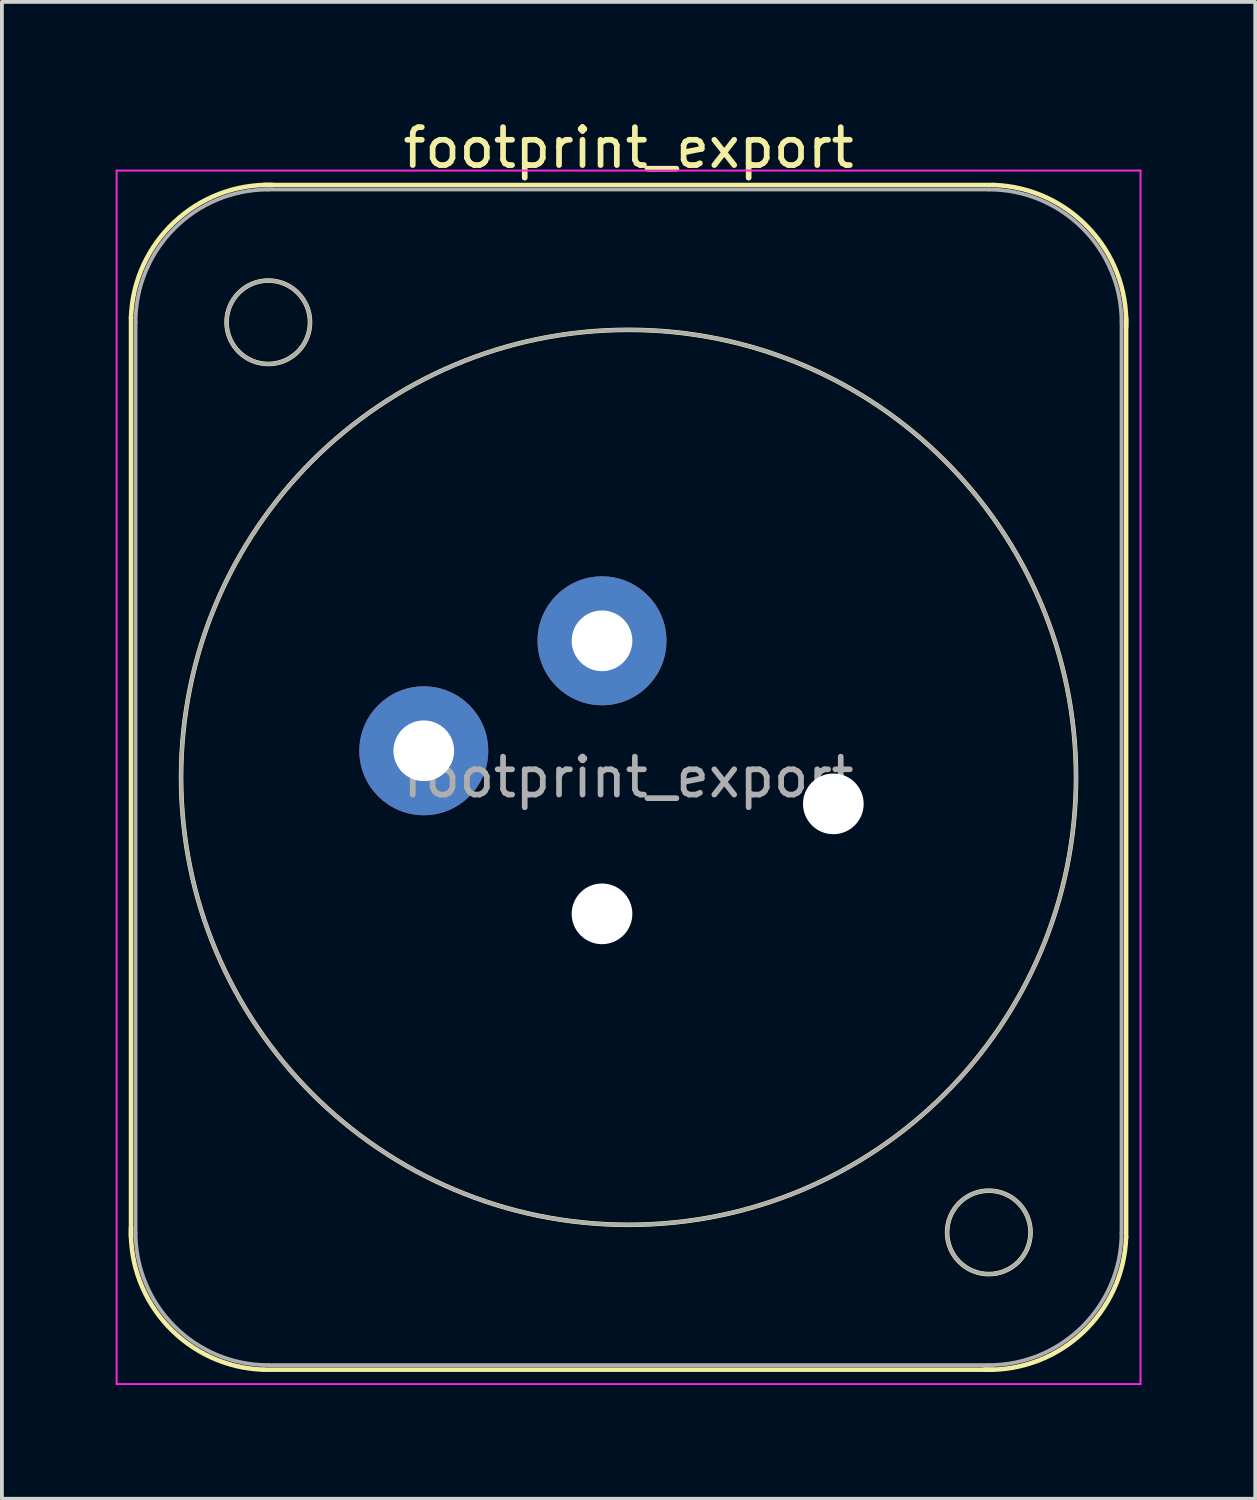
<source format=kicad_pcb>
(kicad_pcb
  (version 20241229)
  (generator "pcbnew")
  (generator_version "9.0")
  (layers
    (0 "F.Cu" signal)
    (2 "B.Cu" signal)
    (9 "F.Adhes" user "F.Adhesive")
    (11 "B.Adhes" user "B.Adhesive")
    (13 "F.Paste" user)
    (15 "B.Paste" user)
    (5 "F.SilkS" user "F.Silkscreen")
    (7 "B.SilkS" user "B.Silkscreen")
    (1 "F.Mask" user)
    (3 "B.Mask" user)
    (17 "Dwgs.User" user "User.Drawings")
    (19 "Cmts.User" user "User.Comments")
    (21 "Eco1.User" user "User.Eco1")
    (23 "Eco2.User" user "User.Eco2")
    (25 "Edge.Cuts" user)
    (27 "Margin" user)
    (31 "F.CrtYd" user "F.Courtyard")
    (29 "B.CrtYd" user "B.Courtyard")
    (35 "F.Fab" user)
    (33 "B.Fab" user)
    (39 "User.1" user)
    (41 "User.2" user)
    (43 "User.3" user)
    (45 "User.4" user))
  (footprint "footprint_export"
    (layer "F.Cu")
    (at 12.825 13.848)
    (property "Reference" "footprint_export" (at 0.7 -13 0) (layer "F.SilkS") (effects (font (size 1 1) (thickness 0.15))))
    (attr through_hole)
    (fp_line (start -12.42 15.72) (end -12.42 -8.52) (stroke (width 0.12) (type solid)) (layer "F.SilkS"))
    (fp_line (start -8.92 -12.02) (end 10.32 -12.02) (stroke (width 0.12) (type solid)) (layer "F.SilkS"))
    (fp_line (start -8.92 19.22) (end 10.32 19.22) (stroke (width 0.12) (type solid)) (layer "F.SilkS"))
    (fp_line (start 13.82 15.72) (end 13.82 -8.52) (stroke (width 0.12) (type solid)) (layer "F.SilkS"))
    (fp_arc (start -12.42 -8.52) (mid -11.274874 -11.044579) (end -8.68 -12.02) (stroke (width 0.12) (type solid)) (layer "F.SilkS"))
    (fp_arc (start -8.92 19.22) (mid -11.444579 18.074874) (end -12.42 15.48) (stroke (width 0.12) (type solid)) (layer "F.SilkS"))
    (fp_arc (start 10.32 -12.02) (mid 12.844579 -10.874874) (end 13.82 -8.28) (stroke (width 0.12) (type solid)) (layer "F.SilkS"))
    (fp_arc (start 13.82 15.72) (mid 12.674874 18.244579) (end 10.08 19.22) (stroke (width 0.12) (type solid)) (layer "F.SilkS"))
    (fp_circle (center -8.8 -8.4) (end -7.7 -8.4) (stroke (width 0.12) (type solid)) (fill no) (layer "F.SilkS"))
    (fp_circle (center 0.7 3.6) (end 12.5 3.6) (stroke (width 0.12) (type solid)) (fill no) (layer "F.SilkS"))
    (fp_circle (center 10.2 15.6) (end 11.3 15.6) (stroke (width 0.12) (type solid)) (fill no) (layer "F.SilkS"))
    (fp_line (start -12.8 -12.4) (end 14.2 -12.4) (stroke (width 0.05) (type solid)) (layer "F.CrtYd"))
    (fp_line (start -12.8 19.6) (end -12.8 -12.4) (stroke (width 0.05) (type solid)) (layer "F.CrtYd"))
    (fp_line (start -12.8 19.6) (end 14.2 19.6) (stroke (width 0.05) (type solid)) (layer "F.CrtYd"))
    (fp_line (start 14.2 19.6) (end 14.2 -12.4) (stroke (width 0.05) (type solid)) (layer "F.CrtYd"))
    (fp_line (start -12.3 15.6) (end -12.3 -8.4) (stroke (width 0.1) (type solid)) (layer "F.Fab"))
    (fp_line (start -8.8 -11.9) (end 10.2 -11.9) (stroke (width 0.1) (type solid)) (layer "F.Fab"))
    (fp_line (start -8.8 19.1) (end 10.2 19.1) (stroke (width 0.1) (type solid)) (layer "F.Fab"))
    (fp_line (start 13.7 15.6) (end 13.7 -8.4) (stroke (width 0.1) (type solid)) (layer "F.Fab"))
    (fp_arc (start -12.3 -8.4) (mid -11.274874 -10.874874) (end -8.8 -11.9) (stroke (width 0.1) (type solid)) (layer "F.Fab"))
    (fp_arc (start -8.8 19.1) (mid -11.274874 18.074874) (end -12.3 15.6) (stroke (width 0.1) (type solid)) (layer "F.Fab"))
    (fp_arc (start 10.2 -11.9) (mid 12.674874 -10.874874) (end 13.7 -8.4) (stroke (width 0.1) (type solid)) (layer "F.Fab"))
    (fp_arc (start 13.7 15.6) (mid 12.674874 18.074874) (end 10.2 19.1) (stroke (width 0.1) (type solid)) (layer "F.Fab"))
    (fp_circle (center -8.8 -8.4) (end -7.7 -8.4) (stroke (width 0.1) (type solid)) (fill no) (layer "F.Fab"))
    (fp_circle (center 0.7 3.6) (end 12.5 3.6) (stroke (width 0.1) (type solid)) (fill no) (layer "F.Fab"))
    (fp_circle (center 10.2 15.6) (end 9.1 15.6) (stroke (width 0.1) (type solid)) (fill no) (layer "F.Fab"))
    (fp_text user "${REFERENCE}" (at 0.7 3.6 0) (layer "F.Fab") (effects (font (size 1 1) (thickness 0.15))))
    (pad "" np_thru_hole circle (at 0 7.2) (size 1.6 1.6) (drill 1.6) (layers "*.Cu" "*.Mask"))
    (pad "" np_thru_hole circle (at 6.1 4.3) (size 1.6 1.6) (drill 1.6) (layers "*.Cu" "*.Mask"))
    (pad "1+" thru_hole circle (at 0 0) (size 3.4 3.4) (drill 1.6) (layers "*.Cu" "*.Mask"))
    (pad "1-" thru_hole circle (at -4.7 2.9) (size 3.4 3.4) (drill 1.6) (layers "*.Cu" "*.Mask")))
  (gr_rect
    (start -3 -3)
    (end 30.05 36.473)
    (stroke (width 0.1) (type default))
    (fill no)
    (layer "Edge.Cuts")))
</source>
